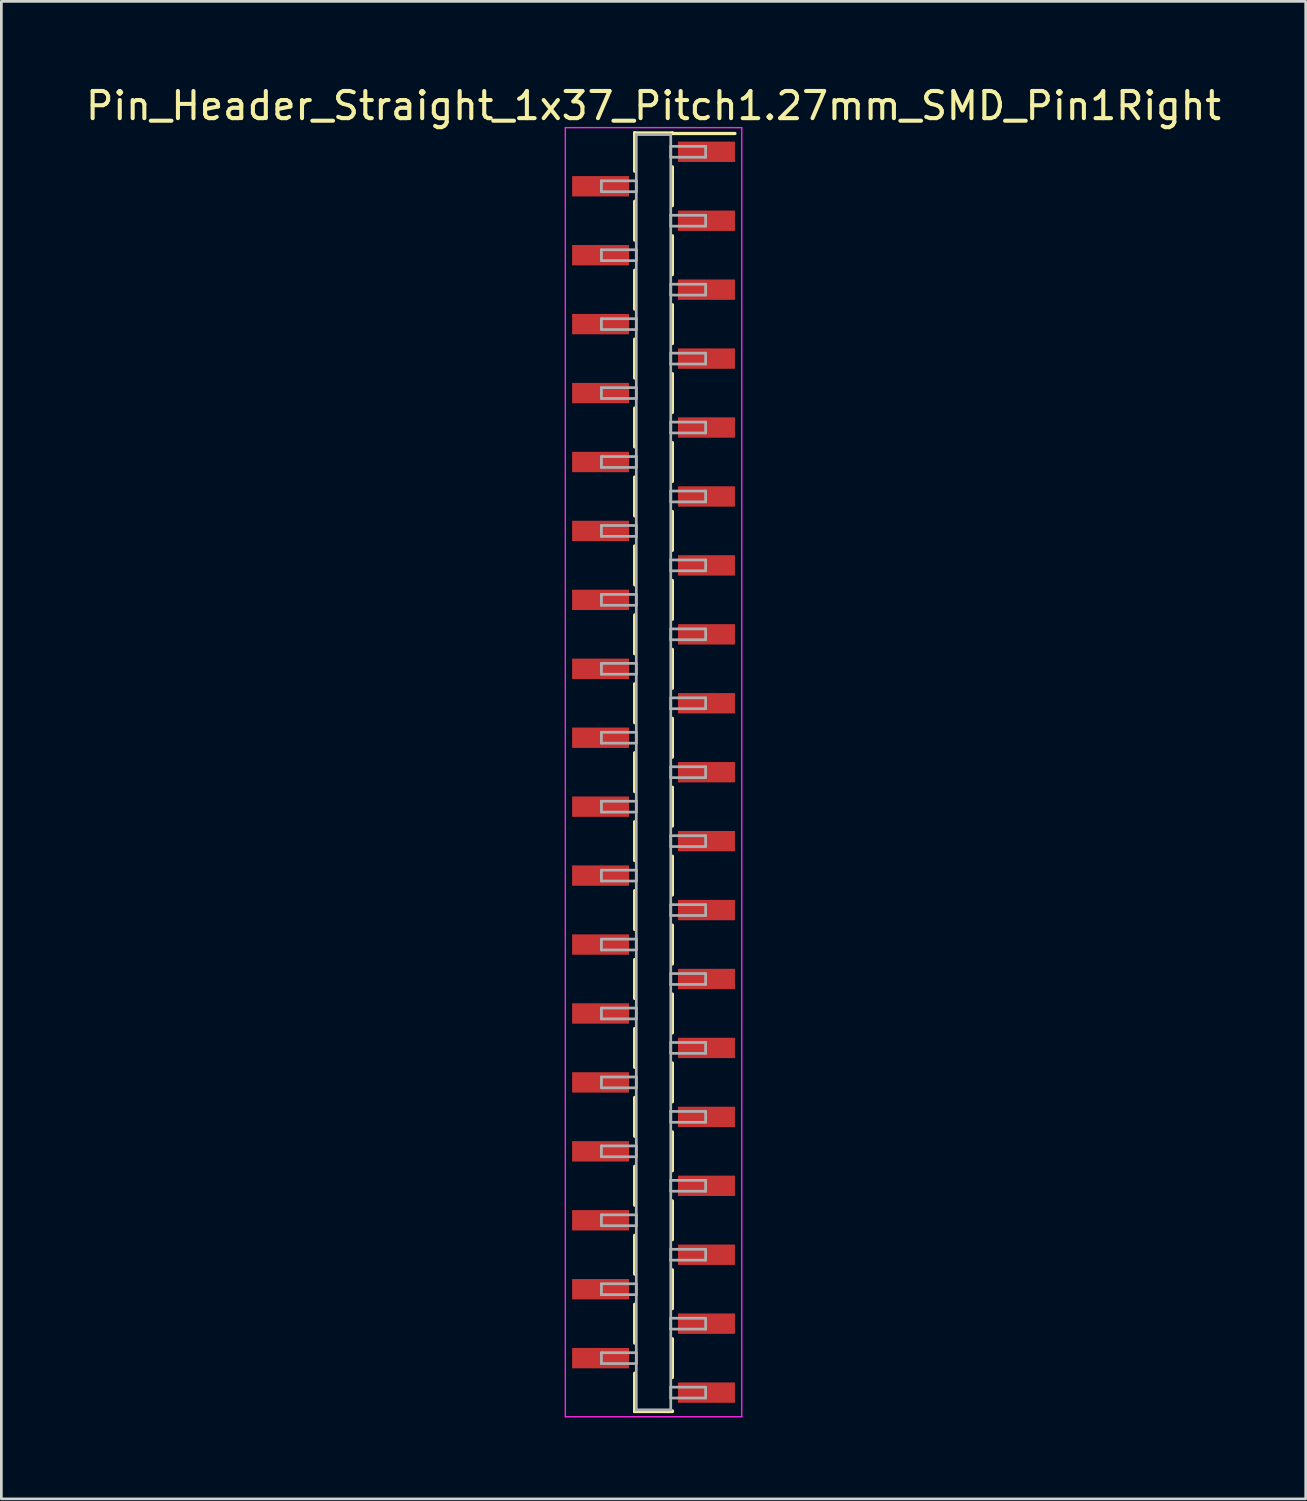
<source format=kicad_pcb>
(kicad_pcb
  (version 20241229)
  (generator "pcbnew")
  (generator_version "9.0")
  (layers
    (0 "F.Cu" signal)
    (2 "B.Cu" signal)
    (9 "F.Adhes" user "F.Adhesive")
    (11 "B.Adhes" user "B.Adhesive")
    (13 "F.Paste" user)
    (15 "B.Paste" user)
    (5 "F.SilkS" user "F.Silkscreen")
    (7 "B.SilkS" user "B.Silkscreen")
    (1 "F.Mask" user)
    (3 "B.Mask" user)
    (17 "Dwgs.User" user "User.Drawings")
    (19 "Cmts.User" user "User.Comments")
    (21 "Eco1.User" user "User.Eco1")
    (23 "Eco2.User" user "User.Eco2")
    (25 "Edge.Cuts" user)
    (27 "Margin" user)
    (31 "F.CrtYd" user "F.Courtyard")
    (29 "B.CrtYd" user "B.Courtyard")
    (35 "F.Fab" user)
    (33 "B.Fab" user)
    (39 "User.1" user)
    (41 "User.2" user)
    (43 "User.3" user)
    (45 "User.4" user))
  (footprint "Pin_Header_Straight_1x37_Pitch1.27mm_SMD_Pin1Right"
    (layer "F.Cu")
    (at 21.03 25.403)
    (property "Reference" "Pin_Header_Straight_1x37_Pitch1.27mm_SMD_Pin1Right" (at 0 -24.555 0) (layer "F.SilkS") (effects (font (size 1 1) (thickness 0.15))))
    (attr smd)
    (fp_line (start -0.695 -23.555) (end -0.695 -22.145) (stroke (width 0.12) (type solid)) (layer "F.SilkS"))
    (fp_line (start -0.695 -23.555) (end 0.695 -23.555) (stroke (width 0.12) (type solid)) (layer "F.SilkS"))
    (fp_line (start -0.695 -23.535) (end -0.695 -23.555) (stroke (width 0.12) (type solid)) (layer "F.SilkS"))
    (fp_line (start -0.695 -21.035) (end -0.695 -19.605) (stroke (width 0.12) (type solid)) (layer "F.SilkS"))
    (fp_line (start -0.695 -18.495) (end -0.695 -17.065) (stroke (width 0.12) (type solid)) (layer "F.SilkS"))
    (fp_line (start -0.695 -15.955) (end -0.695 -14.525) (stroke (width 0.12) (type solid)) (layer "F.SilkS"))
    (fp_line (start -0.695 -13.415) (end -0.695 -11.985) (stroke (width 0.12) (type solid)) (layer "F.SilkS"))
    (fp_line (start -0.695 -10.875) (end -0.695 -9.445) (stroke (width 0.12) (type solid)) (layer "F.SilkS"))
    (fp_line (start -0.695 -8.335) (end -0.695 -6.905) (stroke (width 0.12) (type solid)) (layer "F.SilkS"))
    (fp_line (start -0.695 -5.795) (end -0.695 -4.365) (stroke (width 0.12) (type solid)) (layer "F.SilkS"))
    (fp_line (start -0.695 -3.255) (end -0.695 -1.825) (stroke (width 0.12) (type solid)) (layer "F.SilkS"))
    (fp_line (start -0.695 -0.715) (end -0.695 0.715) (stroke (width 0.12) (type solid)) (layer "F.SilkS"))
    (fp_line (start -0.695 1.825) (end -0.695 3.255) (stroke (width 0.12) (type solid)) (layer "F.SilkS"))
    (fp_line (start -0.695 4.365) (end -0.695 5.795) (stroke (width 0.12) (type solid)) (layer "F.SilkS"))
    (fp_line (start -0.695 6.905) (end -0.695 8.335) (stroke (width 0.12) (type solid)) (layer "F.SilkS"))
    (fp_line (start -0.695 9.445) (end -0.695 10.875) (stroke (width 0.12) (type solid)) (layer "F.SilkS"))
    (fp_line (start -0.695 11.985) (end -0.695 13.415) (stroke (width 0.12) (type solid)) (layer "F.SilkS"))
    (fp_line (start -0.695 14.525) (end -0.695 15.955) (stroke (width 0.12) (type solid)) (layer "F.SilkS"))
    (fp_line (start -0.695 17.065) (end -0.695 18.495) (stroke (width 0.12) (type solid)) (layer "F.SilkS"))
    (fp_line (start -0.695 19.605) (end -0.695 21.035) (stroke (width 0.12) (type solid)) (layer "F.SilkS"))
    (fp_line (start -0.695 22.145) (end -0.695 23.555) (stroke (width 0.12) (type solid)) (layer "F.SilkS"))
    (fp_line (start -0.695 23.535) (end -0.695 23.555) (stroke (width 0.12) (type solid)) (layer "F.SilkS"))
    (fp_line (start -0.695 23.555) (end 0.695 23.555) (stroke (width 0.12) (type solid)) (layer "F.SilkS"))
    (fp_line (start 0.695 -23.555) (end 0.695 -23.535) (stroke (width 0.12) (type solid)) (layer "F.SilkS"))
    (fp_line (start 0.695 -23.535) (end 3 -23.535) (stroke (width 0.12) (type solid)) (layer "F.SilkS"))
    (fp_line (start 0.695 -22.305) (end 0.695 -20.875) (stroke (width 0.12) (type solid)) (layer "F.SilkS"))
    (fp_line (start 0.695 -19.765) (end 0.695 -18.335) (stroke (width 0.12) (type solid)) (layer "F.SilkS"))
    (fp_line (start 0.695 -17.225) (end 0.695 -15.795) (stroke (width 0.12) (type solid)) (layer "F.SilkS"))
    (fp_line (start 0.695 -14.685) (end 0.695 -13.255) (stroke (width 0.12) (type solid)) (layer "F.SilkS"))
    (fp_line (start 0.695 -12.145) (end 0.695 -10.715) (stroke (width 0.12) (type solid)) (layer "F.SilkS"))
    (fp_line (start 0.695 -9.605) (end 0.695 -8.175) (stroke (width 0.12) (type solid)) (layer "F.SilkS"))
    (fp_line (start 0.695 -7.065) (end 0.695 -5.635) (stroke (width 0.12) (type solid)) (layer "F.SilkS"))
    (fp_line (start 0.695 -4.525) (end 0.695 -3.095) (stroke (width 0.12) (type solid)) (layer "F.SilkS"))
    (fp_line (start 0.695 -1.985) (end 0.695 -0.555) (stroke (width 0.12) (type solid)) (layer "F.SilkS"))
    (fp_line (start 0.695 0.555) (end 0.695 1.985) (stroke (width 0.12) (type solid)) (layer "F.SilkS"))
    (fp_line (start 0.695 3.095) (end 0.695 4.525) (stroke (width 0.12) (type solid)) (layer "F.SilkS"))
    (fp_line (start 0.695 5.635) (end 0.695 7.065) (stroke (width 0.12) (type solid)) (layer "F.SilkS"))
    (fp_line (start 0.695 8.175) (end 0.695 9.605) (stroke (width 0.12) (type solid)) (layer "F.SilkS"))
    (fp_line (start 0.695 10.715) (end 0.695 12.145) (stroke (width 0.12) (type solid)) (layer "F.SilkS"))
    (fp_line (start 0.695 13.255) (end 0.695 14.685) (stroke (width 0.12) (type solid)) (layer "F.SilkS"))
    (fp_line (start 0.695 15.795) (end 0.695 17.225) (stroke (width 0.12) (type solid)) (layer "F.SilkS"))
    (fp_line (start 0.695 18.335) (end 0.695 19.765) (stroke (width 0.12) (type solid)) (layer "F.SilkS"))
    (fp_line (start 0.695 20.875) (end 0.695 22.305) (stroke (width 0.12) (type solid)) (layer "F.SilkS"))
    (fp_line (start 0.695 23.555) (end 0.695 23.535) (stroke (width 0.12) (type solid)) (layer "F.SilkS"))
    (fp_line (start -3.25 -23.75) (end -3.25 23.75) (stroke (width 0.05) (type solid)) (layer "F.CrtYd"))
    (fp_line (start -3.25 23.75) (end 3.25 23.75) (stroke (width 0.05) (type solid)) (layer "F.CrtYd"))
    (fp_line (start 3.25 -23.75) (end -3.25 -23.75) (stroke (width 0.05) (type solid)) (layer "F.CrtYd"))
    (fp_line (start 3.25 23.75) (end 3.25 -23.75) (stroke (width 0.05) (type solid)) (layer "F.CrtYd"))
    (fp_line (start -1.92 -21.79) (end -0.635 -21.79) (stroke (width 0.1) (type solid)) (layer "F.Fab"))
    (fp_line (start -1.92 -21.39) (end -1.92 -21.79) (stroke (width 0.1) (type solid)) (layer "F.Fab"))
    (fp_line (start -1.92 -19.25) (end -0.635 -19.25) (stroke (width 0.1) (type solid)) (layer "F.Fab"))
    (fp_line (start -1.92 -18.85) (end -1.92 -19.25) (stroke (width 0.1) (type solid)) (layer "F.Fab"))
    (fp_line (start -1.92 -16.71) (end -0.635 -16.71) (stroke (width 0.1) (type solid)) (layer "F.Fab"))
    (fp_line (start -1.92 -16.31) (end -1.92 -16.71) (stroke (width 0.1) (type solid)) (layer "F.Fab"))
    (fp_line (start -1.92 -14.17) (end -0.635 -14.17) (stroke (width 0.1) (type solid)) (layer "F.Fab"))
    (fp_line (start -1.92 -13.77) (end -1.92 -14.17) (stroke (width 0.1) (type solid)) (layer "F.Fab"))
    (fp_line (start -1.92 -11.63) (end -0.635 -11.63) (stroke (width 0.1) (type solid)) (layer "F.Fab"))
    (fp_line (start -1.92 -11.23) (end -1.92 -11.63) (stroke (width 0.1) (type solid)) (layer "F.Fab"))
    (fp_line (start -1.92 -9.09) (end -0.635 -9.09) (stroke (width 0.1) (type solid)) (layer "F.Fab"))
    (fp_line (start -1.92 -8.69) (end -1.92 -9.09) (stroke (width 0.1) (type solid)) (layer "F.Fab"))
    (fp_line (start -1.92 -6.55) (end -0.635 -6.55) (stroke (width 0.1) (type solid)) (layer "F.Fab"))
    (fp_line (start -1.92 -6.15) (end -1.92 -6.55) (stroke (width 0.1) (type solid)) (layer "F.Fab"))
    (fp_line (start -1.92 -4.01) (end -0.635 -4.01) (stroke (width 0.1) (type solid)) (layer "F.Fab"))
    (fp_line (start -1.92 -3.61) (end -1.92 -4.01) (stroke (width 0.1) (type solid)) (layer "F.Fab"))
    (fp_line (start -1.92 -1.47) (end -0.635 -1.47) (stroke (width 0.1) (type solid)) (layer "F.Fab"))
    (fp_line (start -1.92 -1.07) (end -1.92 -1.47) (stroke (width 0.1) (type solid)) (layer "F.Fab"))
    (fp_line (start -1.92 1.07) (end -0.635 1.07) (stroke (width 0.1) (type solid)) (layer "F.Fab"))
    (fp_line (start -1.92 1.47) (end -1.92 1.07) (stroke (width 0.1) (type solid)) (layer "F.Fab"))
    (fp_line (start -1.92 3.61) (end -0.635 3.61) (stroke (width 0.1) (type solid)) (layer "F.Fab"))
    (fp_line (start -1.92 4.01) (end -1.92 3.61) (stroke (width 0.1) (type solid)) (layer "F.Fab"))
    (fp_line (start -1.92 6.15) (end -0.635 6.15) (stroke (width 0.1) (type solid)) (layer "F.Fab"))
    (fp_line (start -1.92 6.55) (end -1.92 6.15) (stroke (width 0.1) (type solid)) (layer "F.Fab"))
    (fp_line (start -1.92 8.69) (end -0.635 8.69) (stroke (width 0.1) (type solid)) (layer "F.Fab"))
    (fp_line (start -1.92 9.09) (end -1.92 8.69) (stroke (width 0.1) (type solid)) (layer "F.Fab"))
    (fp_line (start -1.92 11.23) (end -0.635 11.23) (stroke (width 0.1) (type solid)) (layer "F.Fab"))
    (fp_line (start -1.92 11.63) (end -1.92 11.23) (stroke (width 0.1) (type solid)) (layer "F.Fab"))
    (fp_line (start -1.92 13.77) (end -0.635 13.77) (stroke (width 0.1) (type solid)) (layer "F.Fab"))
    (fp_line (start -1.92 14.17) (end -1.92 13.77) (stroke (width 0.1) (type solid)) (layer "F.Fab"))
    (fp_line (start -1.92 16.31) (end -0.635 16.31) (stroke (width 0.1) (type solid)) (layer "F.Fab"))
    (fp_line (start -1.92 16.71) (end -1.92 16.31) (stroke (width 0.1) (type solid)) (layer "F.Fab"))
    (fp_line (start -1.92 18.85) (end -0.635 18.85) (stroke (width 0.1) (type solid)) (layer "F.Fab"))
    (fp_line (start -1.92 19.25) (end -1.92 18.85) (stroke (width 0.1) (type solid)) (layer "F.Fab"))
    (fp_line (start -1.92 21.39) (end -0.635 21.39) (stroke (width 0.1) (type solid)) (layer "F.Fab"))
    (fp_line (start -1.92 21.79) (end -1.92 21.39) (stroke (width 0.1) (type solid)) (layer "F.Fab"))
    (fp_line (start -0.635 -23.495) (end -0.635 23.495) (stroke (width 0.1) (type solid)) (layer "F.Fab"))
    (fp_line (start -0.635 -21.79) (end -0.635 -21.39) (stroke (width 0.1) (type solid)) (layer "F.Fab"))
    (fp_line (start -0.635 -21.39) (end -1.92 -21.39) (stroke (width 0.1) (type solid)) (layer "F.Fab"))
    (fp_line (start -0.635 -19.25) (end -0.635 -18.85) (stroke (width 0.1) (type solid)) (layer "F.Fab"))
    (fp_line (start -0.635 -18.85) (end -1.92 -18.85) (stroke (width 0.1) (type solid)) (layer "F.Fab"))
    (fp_line (start -0.635 -16.71) (end -0.635 -16.31) (stroke (width 0.1) (type solid)) (layer "F.Fab"))
    (fp_line (start -0.635 -16.31) (end -1.92 -16.31) (stroke (width 0.1) (type solid)) (layer "F.Fab"))
    (fp_line (start -0.635 -14.17) (end -0.635 -13.77) (stroke (width 0.1) (type solid)) (layer "F.Fab"))
    (fp_line (start -0.635 -13.77) (end -1.92 -13.77) (stroke (width 0.1) (type solid)) (layer "F.Fab"))
    (fp_line (start -0.635 -11.63) (end -0.635 -11.23) (stroke (width 0.1) (type solid)) (layer "F.Fab"))
    (fp_line (start -0.635 -11.23) (end -1.92 -11.23) (stroke (width 0.1) (type solid)) (layer "F.Fab"))
    (fp_line (start -0.635 -9.09) (end -0.635 -8.69) (stroke (width 0.1) (type solid)) (layer "F.Fab"))
    (fp_line (start -0.635 -8.69) (end -1.92 -8.69) (stroke (width 0.1) (type solid)) (layer "F.Fab"))
    (fp_line (start -0.635 -6.55) (end -0.635 -6.15) (stroke (width 0.1) (type solid)) (layer "F.Fab"))
    (fp_line (start -0.635 -6.15) (end -1.92 -6.15) (stroke (width 0.1) (type solid)) (layer "F.Fab"))
    (fp_line (start -0.635 -4.01) (end -0.635 -3.61) (stroke (width 0.1) (type solid)) (layer "F.Fab"))
    (fp_line (start -0.635 -3.61) (end -1.92 -3.61) (stroke (width 0.1) (type solid)) (layer "F.Fab"))
    (fp_line (start -0.635 -1.47) (end -0.635 -1.07) (stroke (width 0.1) (type solid)) (layer "F.Fab"))
    (fp_line (start -0.635 -1.07) (end -1.92 -1.07) (stroke (width 0.1) (type solid)) (layer "F.Fab"))
    (fp_line (start -0.635 1.07) (end -0.635 1.47) (stroke (width 0.1) (type solid)) (layer "F.Fab"))
    (fp_line (start -0.635 1.47) (end -1.92 1.47) (stroke (width 0.1) (type solid)) (layer "F.Fab"))
    (fp_line (start -0.635 3.61) (end -0.635 4.01) (stroke (width 0.1) (type solid)) (layer "F.Fab"))
    (fp_line (start -0.635 4.01) (end -1.92 4.01) (stroke (width 0.1) (type solid)) (layer "F.Fab"))
    (fp_line (start -0.635 6.15) (end -0.635 6.55) (stroke (width 0.1) (type solid)) (layer "F.Fab"))
    (fp_line (start -0.635 6.55) (end -1.92 6.55) (stroke (width 0.1) (type solid)) (layer "F.Fab"))
    (fp_line (start -0.635 8.69) (end -0.635 9.09) (stroke (width 0.1) (type solid)) (layer "F.Fab"))
    (fp_line (start -0.635 9.09) (end -1.92 9.09) (stroke (width 0.1) (type solid)) (layer "F.Fab"))
    (fp_line (start -0.635 11.23) (end -0.635 11.63) (stroke (width 0.1) (type solid)) (layer "F.Fab"))
    (fp_line (start -0.635 11.63) (end -1.92 11.63) (stroke (width 0.1) (type solid)) (layer "F.Fab"))
    (fp_line (start -0.635 13.77) (end -0.635 14.17) (stroke (width 0.1) (type solid)) (layer "F.Fab"))
    (fp_line (start -0.635 14.17) (end -1.92 14.17) (stroke (width 0.1) (type solid)) (layer "F.Fab"))
    (fp_line (start -0.635 16.31) (end -0.635 16.71) (stroke (width 0.1) (type solid)) (layer "F.Fab"))
    (fp_line (start -0.635 16.71) (end -1.92 16.71) (stroke (width 0.1) (type solid)) (layer "F.Fab"))
    (fp_line (start -0.635 18.85) (end -0.635 19.25) (stroke (width 0.1) (type solid)) (layer "F.Fab"))
    (fp_line (start -0.635 19.25) (end -1.92 19.25) (stroke (width 0.1) (type solid)) (layer "F.Fab"))
    (fp_line (start -0.635 21.39) (end -0.635 21.79) (stroke (width 0.1) (type solid)) (layer "F.Fab"))
    (fp_line (start -0.635 21.79) (end -1.92 21.79) (stroke (width 0.1) (type solid)) (layer "F.Fab"))
    (fp_line (start -0.635 23.495) (end 0.635 23.495) (stroke (width 0.1) (type solid)) (layer "F.Fab"))
    (fp_line (start 0.635 -23.495) (end -0.635 -23.495) (stroke (width 0.1) (type solid)) (layer "F.Fab"))
    (fp_line (start 0.635 -23.06) (end 0.635 -22.66) (stroke (width 0.1) (type solid)) (layer "F.Fab"))
    (fp_line (start 0.635 -22.66) (end 1.92 -22.66) (stroke (width 0.1) (type solid)) (layer "F.Fab"))
    (fp_line (start 0.635 -20.52) (end 0.635 -20.12) (stroke (width 0.1) (type solid)) (layer "F.Fab"))
    (fp_line (start 0.635 -20.12) (end 1.92 -20.12) (stroke (width 0.1) (type solid)) (layer "F.Fab"))
    (fp_line (start 0.635 -17.98) (end 0.635 -17.58) (stroke (width 0.1) (type solid)) (layer "F.Fab"))
    (fp_line (start 0.635 -17.58) (end 1.92 -17.58) (stroke (width 0.1) (type solid)) (layer "F.Fab"))
    (fp_line (start 0.635 -15.44) (end 0.635 -15.04) (stroke (width 0.1) (type solid)) (layer "F.Fab"))
    (fp_line (start 0.635 -15.04) (end 1.92 -15.04) (stroke (width 0.1) (type solid)) (layer "F.Fab"))
    (fp_line (start 0.635 -12.9) (end 0.635 -12.5) (stroke (width 0.1) (type solid)) (layer "F.Fab"))
    (fp_line (start 0.635 -12.5) (end 1.92 -12.5) (stroke (width 0.1) (type solid)) (layer "F.Fab"))
    (fp_line (start 0.635 -10.36) (end 0.635 -9.96) (stroke (width 0.1) (type solid)) (layer "F.Fab"))
    (fp_line (start 0.635 -9.96) (end 1.92 -9.96) (stroke (width 0.1) (type solid)) (layer "F.Fab"))
    (fp_line (start 0.635 -7.82) (end 0.635 -7.42) (stroke (width 0.1) (type solid)) (layer "F.Fab"))
    (fp_line (start 0.635 -7.42) (end 1.92 -7.42) (stroke (width 0.1) (type solid)) (layer "F.Fab"))
    (fp_line (start 0.635 -5.28) (end 0.635 -4.88) (stroke (width 0.1) (type solid)) (layer "F.Fab"))
    (fp_line (start 0.635 -4.88) (end 1.92 -4.88) (stroke (width 0.1) (type solid)) (layer "F.Fab"))
    (fp_line (start 0.635 -2.74) (end 0.635 -2.34) (stroke (width 0.1) (type solid)) (layer "F.Fab"))
    (fp_line (start 0.635 -2.34) (end 1.92 -2.34) (stroke (width 0.1) (type solid)) (layer "F.Fab"))
    (fp_line (start 0.635 -0.2) (end 0.635 0.2) (stroke (width 0.1) (type solid)) (layer "F.Fab"))
    (fp_line (start 0.635 0.2) (end 1.92 0.2) (stroke (width 0.1) (type solid)) (layer "F.Fab"))
    (fp_line (start 0.635 2.34) (end 0.635 2.74) (stroke (width 0.1) (type solid)) (layer "F.Fab"))
    (fp_line (start 0.635 2.74) (end 1.92 2.74) (stroke (width 0.1) (type solid)) (layer "F.Fab"))
    (fp_line (start 0.635 4.88) (end 0.635 5.28) (stroke (width 0.1) (type solid)) (layer "F.Fab"))
    (fp_line (start 0.635 5.28) (end 1.92 5.28) (stroke (width 0.1) (type solid)) (layer "F.Fab"))
    (fp_line (start 0.635 7.42) (end 0.635 7.82) (stroke (width 0.1) (type solid)) (layer "F.Fab"))
    (fp_line (start 0.635 7.82) (end 1.92 7.82) (stroke (width 0.1) (type solid)) (layer "F.Fab"))
    (fp_line (start 0.635 9.96) (end 0.635 10.36) (stroke (width 0.1) (type solid)) (layer "F.Fab"))
    (fp_line (start 0.635 10.36) (end 1.92 10.36) (stroke (width 0.1) (type solid)) (layer "F.Fab"))
    (fp_line (start 0.635 12.5) (end 0.635 12.9) (stroke (width 0.1) (type solid)) (layer "F.Fab"))
    (fp_line (start 0.635 12.9) (end 1.92 12.9) (stroke (width 0.1) (type solid)) (layer "F.Fab"))
    (fp_line (start 0.635 15.04) (end 0.635 15.44) (stroke (width 0.1) (type solid)) (layer "F.Fab"))
    (fp_line (start 0.635 15.44) (end 1.92 15.44) (stroke (width 0.1) (type solid)) (layer "F.Fab"))
    (fp_line (start 0.635 17.58) (end 0.635 17.98) (stroke (width 0.1) (type solid)) (layer "F.Fab"))
    (fp_line (start 0.635 17.98) (end 1.92 17.98) (stroke (width 0.1) (type solid)) (layer "F.Fab"))
    (fp_line (start 0.635 20.12) (end 0.635 20.52) (stroke (width 0.1) (type solid)) (layer "F.Fab"))
    (fp_line (start 0.635 20.52) (end 1.92 20.52) (stroke (width 0.1) (type solid)) (layer "F.Fab"))
    (fp_line (start 0.635 22.66) (end 0.635 23.06) (stroke (width 0.1) (type solid)) (layer "F.Fab"))
    (fp_line (start 0.635 23.06) (end 1.92 23.06) (stroke (width 0.1) (type solid)) (layer "F.Fab"))
    (fp_line (start 0.635 23.495) (end 0.635 -23.495) (stroke (width 0.1) (type solid)) (layer "F.Fab"))
    (fp_line (start 1.92 -23.06) (end 0.635 -23.06) (stroke (width 0.1) (type solid)) (layer "F.Fab"))
    (fp_line (start 1.92 -22.66) (end 1.92 -23.06) (stroke (width 0.1) (type solid)) (layer "F.Fab"))
    (fp_line (start 1.92 -20.52) (end 0.635 -20.52) (stroke (width 0.1) (type solid)) (layer "F.Fab"))
    (fp_line (start 1.92 -20.12) (end 1.92 -20.52) (stroke (width 0.1) (type solid)) (layer "F.Fab"))
    (fp_line (start 1.92 -17.98) (end 0.635 -17.98) (stroke (width 0.1) (type solid)) (layer "F.Fab"))
    (fp_line (start 1.92 -17.58) (end 1.92 -17.98) (stroke (width 0.1) (type solid)) (layer "F.Fab"))
    (fp_line (start 1.92 -15.44) (end 0.635 -15.44) (stroke (width 0.1) (type solid)) (layer "F.Fab"))
    (fp_line (start 1.92 -15.04) (end 1.92 -15.44) (stroke (width 0.1) (type solid)) (layer "F.Fab"))
    (fp_line (start 1.92 -12.9) (end 0.635 -12.9) (stroke (width 0.1) (type solid)) (layer "F.Fab"))
    (fp_line (start 1.92 -12.5) (end 1.92 -12.9) (stroke (width 0.1) (type solid)) (layer "F.Fab"))
    (fp_line (start 1.92 -10.36) (end 0.635 -10.36) (stroke (width 0.1) (type solid)) (layer "F.Fab"))
    (fp_line (start 1.92 -9.96) (end 1.92 -10.36) (stroke (width 0.1) (type solid)) (layer "F.Fab"))
    (fp_line (start 1.92 -7.82) (end 0.635 -7.82) (stroke (width 0.1) (type solid)) (layer "F.Fab"))
    (fp_line (start 1.92 -7.42) (end 1.92 -7.82) (stroke (width 0.1) (type solid)) (layer "F.Fab"))
    (fp_line (start 1.92 -5.28) (end 0.635 -5.28) (stroke (width 0.1) (type solid)) (layer "F.Fab"))
    (fp_line (start 1.92 -4.88) (end 1.92 -5.28) (stroke (width 0.1) (type solid)) (layer "F.Fab"))
    (fp_line (start 1.92 -2.74) (end 0.635 -2.74) (stroke (width 0.1) (type solid)) (layer "F.Fab"))
    (fp_line (start 1.92 -2.34) (end 1.92 -2.74) (stroke (width 0.1) (type solid)) (layer "F.Fab"))
    (fp_line (start 1.92 -0.2) (end 0.635 -0.2) (stroke (width 0.1) (type solid)) (layer "F.Fab"))
    (fp_line (start 1.92 0.2) (end 1.92 -0.2) (stroke (width 0.1) (type solid)) (layer "F.Fab"))
    (fp_line (start 1.92 2.34) (end 0.635 2.34) (stroke (width 0.1) (type solid)) (layer "F.Fab"))
    (fp_line (start 1.92 2.74) (end 1.92 2.34) (stroke (width 0.1) (type solid)) (layer "F.Fab"))
    (fp_line (start 1.92 4.88) (end 0.635 4.88) (stroke (width 0.1) (type solid)) (layer "F.Fab"))
    (fp_line (start 1.92 5.28) (end 1.92 4.88) (stroke (width 0.1) (type solid)) (layer "F.Fab"))
    (fp_line (start 1.92 7.42) (end 0.635 7.42) (stroke (width 0.1) (type solid)) (layer "F.Fab"))
    (fp_line (start 1.92 7.82) (end 1.92 7.42) (stroke (width 0.1) (type solid)) (layer "F.Fab"))
    (fp_line (start 1.92 9.96) (end 0.635 9.96) (stroke (width 0.1) (type solid)) (layer "F.Fab"))
    (fp_line (start 1.92 10.36) (end 1.92 9.96) (stroke (width 0.1) (type solid)) (layer "F.Fab"))
    (fp_line (start 1.92 12.5) (end 0.635 12.5) (stroke (width 0.1) (type solid)) (layer "F.Fab"))
    (fp_line (start 1.92 12.9) (end 1.92 12.5) (stroke (width 0.1) (type solid)) (layer "F.Fab"))
    (fp_line (start 1.92 15.04) (end 0.635 15.04) (stroke (width 0.1) (type solid)) (layer "F.Fab"))
    (fp_line (start 1.92 15.44) (end 1.92 15.04) (stroke (width 0.1) (type solid)) (layer "F.Fab"))
    (fp_line (start 1.92 17.58) (end 0.635 17.58) (stroke (width 0.1) (type solid)) (layer "F.Fab"))
    (fp_line (start 1.92 17.98) (end 1.92 17.58) (stroke (width 0.1) (type solid)) (layer "F.Fab"))
    (fp_line (start 1.92 20.12) (end 0.635 20.12) (stroke (width 0.1) (type solid)) (layer "F.Fab"))
    (fp_line (start 1.92 20.52) (end 1.92 20.12) (stroke (width 0.1) (type solid)) (layer "F.Fab"))
    (fp_line (start 1.92 22.66) (end 0.635 22.66) (stroke (width 0.1) (type solid)) (layer "F.Fab"))
    (fp_line (start 1.92 23.06) (end 1.92 22.66) (stroke (width 0.1) (type solid)) (layer "F.Fab"))
    (pad "1" smd rect (at 1.95 -22.86) (size 2.1 0.75) (layers "F.Cu" "F.Mask"))
    (pad "2" smd rect (at -1.95 -21.59) (size 2.1 0.75) (layers "F.Cu" "F.Mask"))
    (pad "3" smd rect (at 1.95 -20.32) (size 2.1 0.75) (layers "F.Cu" "F.Mask"))
    (pad "4" smd rect (at -1.95 -19.05) (size 2.1 0.75) (layers "F.Cu" "F.Mask"))
    (pad "5" smd rect (at 1.95 -17.78) (size 2.1 0.75) (layers "F.Cu" "F.Mask"))
    (pad "6" smd rect (at -1.95 -16.51) (size 2.1 0.75) (layers "F.Cu" "F.Mask"))
    (pad "7" smd rect (at 1.95 -15.24) (size 2.1 0.75) (layers "F.Cu" "F.Mask"))
    (pad "8" smd rect (at -1.95 -13.97) (size 2.1 0.75) (layers "F.Cu" "F.Mask"))
    (pad "9" smd rect (at 1.95 -12.7) (size 2.1 0.75) (layers "F.Cu" "F.Mask"))
    (pad "10" smd rect (at -1.95 -11.43) (size 2.1 0.75) (layers "F.Cu" "F.Mask"))
    (pad "11" smd rect (at 1.95 -10.16) (size 2.1 0.75) (layers "F.Cu" "F.Mask"))
    (pad "12" smd rect (at -1.95 -8.89) (size 2.1 0.75) (layers "F.Cu" "F.Mask"))
    (pad "13" smd rect (at 1.95 -7.62) (size 2.1 0.75) (layers "F.Cu" "F.Mask"))
    (pad "14" smd rect (at -1.95 -6.35) (size 2.1 0.75) (layers "F.Cu" "F.Mask"))
    (pad "15" smd rect (at 1.95 -5.08) (size 2.1 0.75) (layers "F.Cu" "F.Mask"))
    (pad "16" smd rect (at -1.95 -3.81) (size 2.1 0.75) (layers "F.Cu" "F.Mask"))
    (pad "17" smd rect (at 1.95 -2.54) (size 2.1 0.75) (layers "F.Cu" "F.Mask"))
    (pad "18" smd rect (at -1.95 -1.27) (size 2.1 0.75) (layers "F.Cu" "F.Mask"))
    (pad "19" smd rect (at 1.95 0) (size 2.1 0.75) (layers "F.Cu" "F.Mask"))
    (pad "20" smd rect (at -1.95 1.27) (size 2.1 0.75) (layers "F.Cu" "F.Mask"))
    (pad "21" smd rect (at 1.95 2.54) (size 2.1 0.75) (layers "F.Cu" "F.Mask"))
    (pad "22" smd rect (at -1.95 3.81) (size 2.1 0.75) (layers "F.Cu" "F.Mask"))
    (pad "23" smd rect (at 1.95 5.08) (size 2.1 0.75) (layers "F.Cu" "F.Mask"))
    (pad "24" smd rect (at -1.95 6.35) (size 2.1 0.75) (layers "F.Cu" "F.Mask"))
    (pad "25" smd rect (at 1.95 7.62) (size 2.1 0.75) (layers "F.Cu" "F.Mask"))
    (pad "26" smd rect (at -1.95 8.89) (size 2.1 0.75) (layers "F.Cu" "F.Mask"))
    (pad "27" smd rect (at 1.95 10.16) (size 2.1 0.75) (layers "F.Cu" "F.Mask"))
    (pad "28" smd rect (at -1.95 11.43) (size 2.1 0.75) (layers "F.Cu" "F.Mask"))
    (pad "29" smd rect (at 1.95 12.7) (size 2.1 0.75) (layers "F.Cu" "F.Mask"))
    (pad "30" smd rect (at -1.95 13.97) (size 2.1 0.75) (layers "F.Cu" "F.Mask"))
    (pad "31" smd rect (at 1.95 15.24) (size 2.1 0.75) (layers "F.Cu" "F.Mask"))
    (pad "32" smd rect (at -1.95 16.51) (size 2.1 0.75) (layers "F.Cu" "F.Mask"))
    (pad "33" smd rect (at 1.95 17.78) (size 2.1 0.75) (layers "F.Cu" "F.Mask"))
    (pad "34" smd rect (at -1.95 19.05) (size 2.1 0.75) (layers "F.Cu" "F.Mask"))
    (pad "35" smd rect (at 1.95 20.32) (size 2.1 0.75) (layers "F.Cu" "F.Mask"))
    (pad "36" smd rect (at -1.95 21.59) (size 2.1 0.75) (layers "F.Cu" "F.Mask"))
    (pad "37" smd rect (at 1.95 22.86) (size 2.1 0.75) (layers "F.Cu" "F.Mask")))
  (gr_rect
    (start -3 -3)
    (end 45.06 52.178)
    (stroke (width 0.1) (type default))
    (fill no)
    (layer "Edge.Cuts")))
</source>
